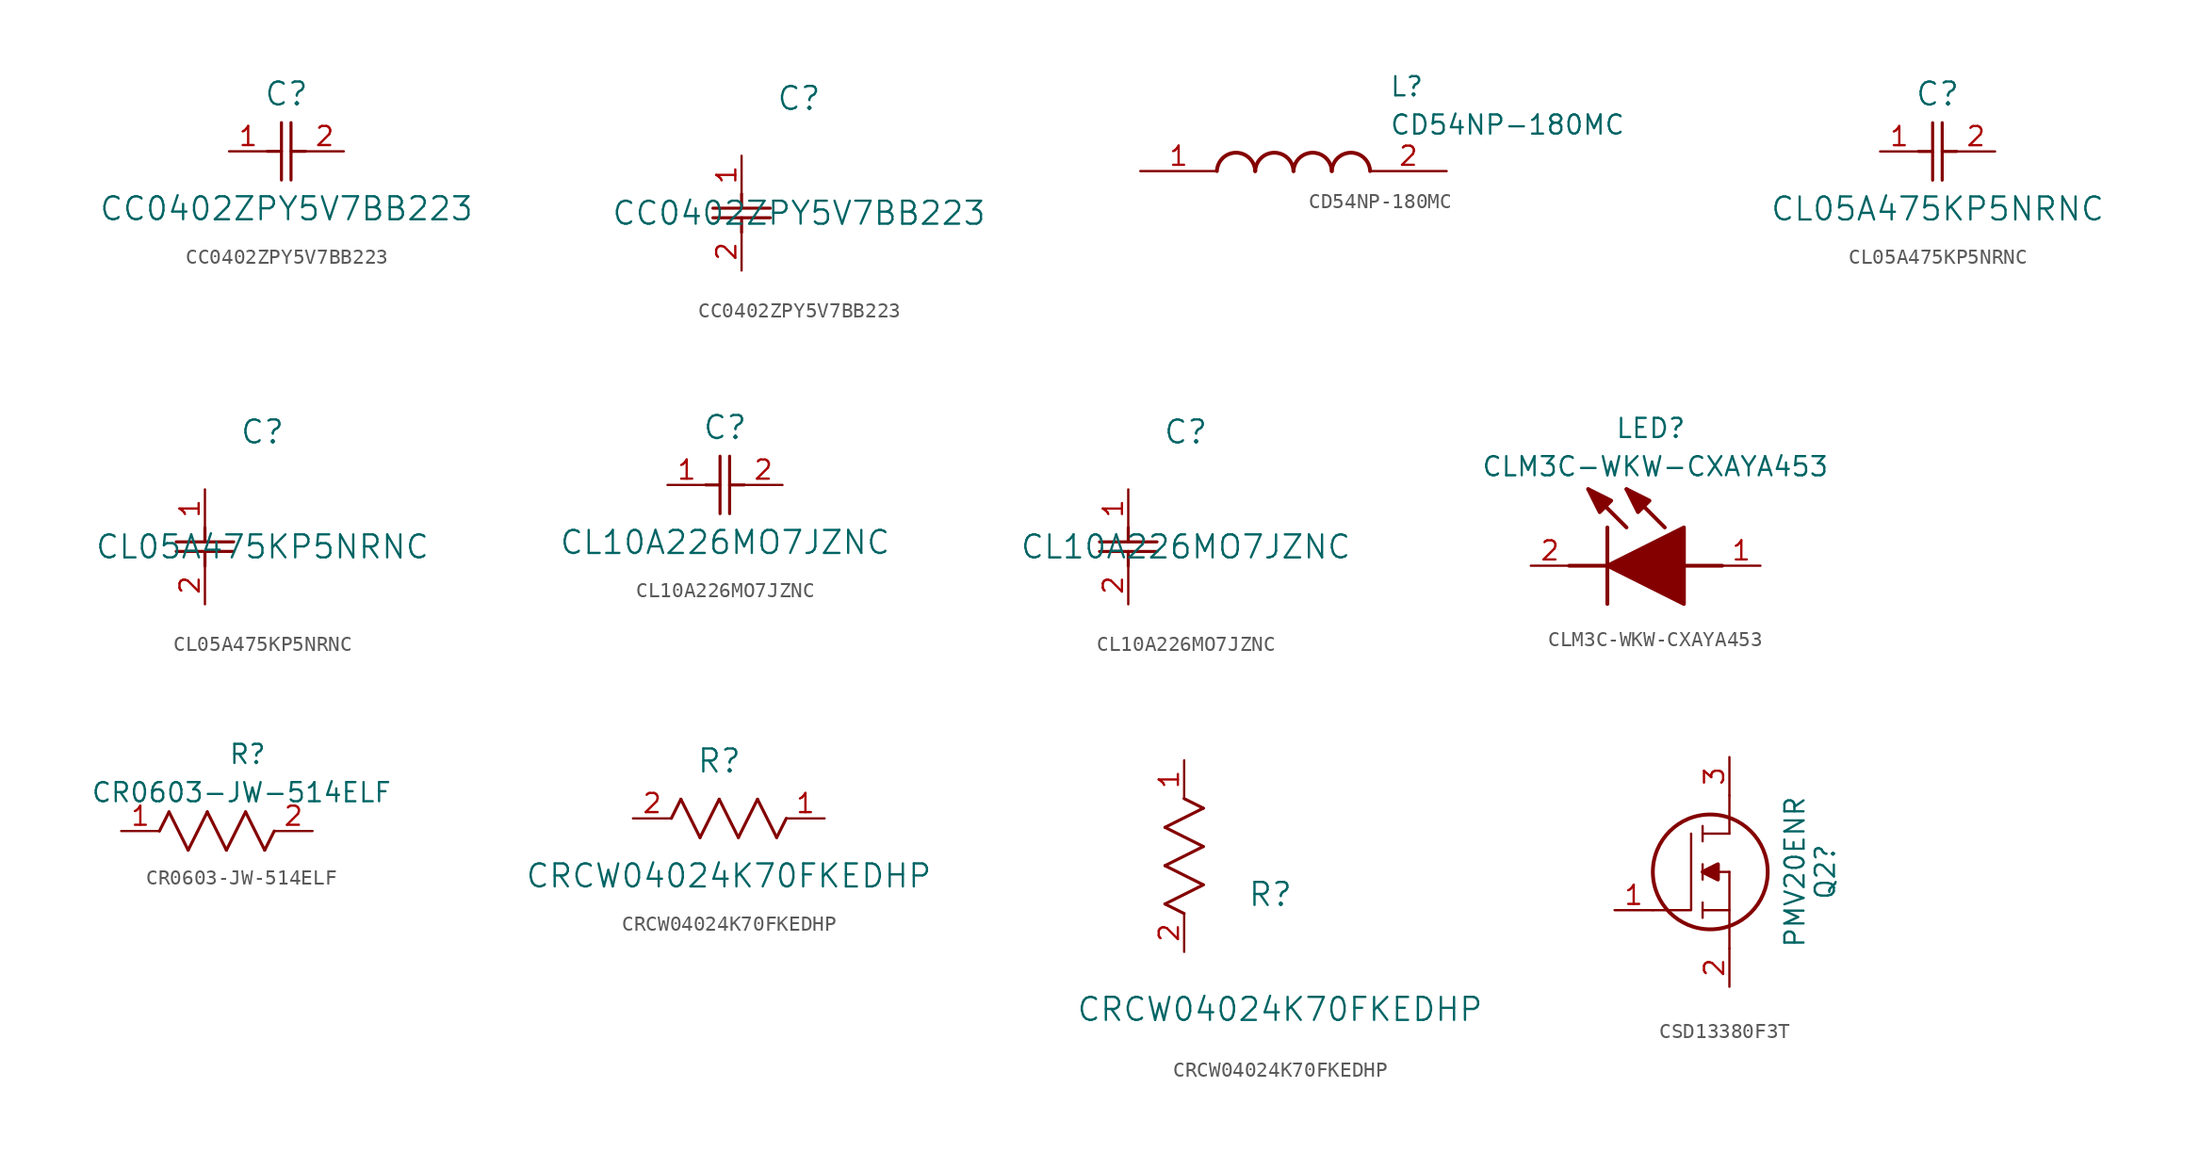
<source format=kicad_sym>
(kicad_symbol_lib
  (version 20231120)
  (generator "kicad_symbol_editor")
  (generator_version "8.0")
  (symbol "CC0402ZPY5V7BB223"
    (pin_names
      (offset 0.254))
    (property "Reference" "C"
      (at 3.81 3.81 0)
      (effects (font (size 1.524 1.524))))
    (property "Value" "CC0402ZPY5V7BB223"
      (at 3.81 -3.81 0)
      (effects (font (size 1.524 1.524))))
    (property "ki_locked" ""
      (at 0 0 0)
      (effects (font (size 1.27 1.27))))
    (symbol "CC0402ZPY5V7BB223_1_1"
      (polyline (pts (xy 2.54 0) (xy 3.48 0)) (stroke (width 0.203) (type default)) (fill (type none)))
      (polyline (pts (xy 3.48 -1.905) (xy 3.48 1.905)) (stroke (width 0.203) (type default)) (fill (type none)))
      (polyline (pts (xy 4.115 -1.905) (xy 4.115 1.905)) (stroke (width 0.203) (type default)) (fill (type none)))
      (polyline (pts (xy 4.115 0) (xy 5.08 0)) (stroke (width 0.203) (type default)) (fill (type none)))
      (pin unspecified line (at 0 0 0) (length 2.54) (name "" (effects (font (size 1.27 1.27)))) (number "1" (effects (font (size 1.27 1.27)))))
      (pin unspecified line (at 7.62 0 180) (length 2.54) (name "" (effects (font (size 1.27 1.27)))) (number "2" (effects (font (size 1.27 1.27))))))
    (symbol "CC0402ZPY5V7BB223_1_2"
      (polyline (pts (xy -1.905 -4.115) (xy 1.905 -4.115)) (stroke (width 0.203) (type default)) (fill (type none)))
      (polyline (pts (xy -1.905 -3.48) (xy 1.905 -3.48)) (stroke (width 0.203) (type default)) (fill (type none)))
      (polyline (pts (xy 0 -4.115) (xy 0 -5.08)) (stroke (width 0.203) (type default)) (fill (type none)))
      (polyline (pts (xy 0 -2.54) (xy 0 -3.48)) (stroke (width 0.203) (type default)) (fill (type none)))
      (pin unspecified line (at 0 0 270) (length 2.54) (name "" (effects (font (size 1.27 1.27)))) (number "1" (effects (font (size 1.27 1.27)))))
      (pin unspecified line (at 0 -7.62 90) (length 2.54) (name "" (effects (font (size 1.27 1.27)))) (number "2" (effects (font (size 1.27 1.27)))))))
  (symbol "CD54NP-180MC"
    (pin_names hide)
    (property "Reference" "L"
      (at 16.51 6.35 0)
      (effects (font (size 1.27 1.27)) (justify left top)))
    (property "Value" "CD54NP-180MC"
      (at 16.51 3.81 0)
      (effects (font (size 1.27 1.27)) (justify left top)))
    (symbol "CD54NP-180MC_1_1"
      (arc (start 7.62 0) (mid 6.35 1.219) (end 5.08 0) (stroke (width 0.254) (type default)) (fill (type none)))
      (arc (start 10.16 0) (mid 8.89 1.219) (end 7.62 0) (stroke (width 0.254) (type default)) (fill (type none)))
      (arc (start 12.7 0) (mid 11.43 1.219) (end 10.16 0) (stroke (width 0.254) (type default)) (fill (type none)))
      (arc (start 15.24 0) (mid 13.97 1.219) (end 12.7 0) (stroke (width 0.254) (type default)) (fill (type none)))
      (pin passive line (at 0 0 0) (length 5.08) (name "1" (effects (font (size 1.27 1.27)))) (number "1" (effects (font (size 1.27 1.27)))))
      (pin passive line (at 20.32 0 180) (length 5.08) (name "2" (effects (font (size 1.27 1.27)))) (number "2" (effects (font (size 1.27 1.27)))))))
  (symbol "CL05A475KP5NRNC"
    (pin_names
      (offset 0.254))
    (property "Reference" "C"
      (at 3.81 3.81 0)
      (effects (font (size 1.524 1.524))))
    (property "Value" "CL05A475KP5NRNC"
      (at 3.81 -3.81 0)
      (effects (font (size 1.524 1.524))))
    (property "ki_locked" ""
      (at 0 0 0)
      (effects (font (size 1.27 1.27))))
    (symbol "CL05A475KP5NRNC_1_1"
      (polyline (pts (xy 2.54 0) (xy 3.48 0)) (stroke (width 0.203) (type default)) (fill (type none)))
      (polyline (pts (xy 3.48 -1.905) (xy 3.48 1.905)) (stroke (width 0.203) (type default)) (fill (type none)))
      (polyline (pts (xy 4.115 -1.905) (xy 4.115 1.905)) (stroke (width 0.203) (type default)) (fill (type none)))
      (polyline (pts (xy 4.115 0) (xy 5.08 0)) (stroke (width 0.203) (type default)) (fill (type none)))
      (pin unspecified line (at 0 0 0) (length 2.54) (name "" (effects (font (size 1.27 1.27)))) (number "1" (effects (font (size 1.27 1.27)))))
      (pin unspecified line (at 7.62 0 180) (length 2.54) (name "" (effects (font (size 1.27 1.27)))) (number "2" (effects (font (size 1.27 1.27))))))
    (symbol "CL05A475KP5NRNC_1_2"
      (polyline (pts (xy -1.905 -4.115) (xy 1.905 -4.115)) (stroke (width 0.203) (type default)) (fill (type none)))
      (polyline (pts (xy -1.905 -3.48) (xy 1.905 -3.48)) (stroke (width 0.203) (type default)) (fill (type none)))
      (polyline (pts (xy 0 -4.115) (xy 0 -5.08)) (stroke (width 0.203) (type default)) (fill (type none)))
      (polyline (pts (xy 0 -2.54) (xy 0 -3.48)) (stroke (width 0.203) (type default)) (fill (type none)))
      (pin unspecified line (at 0 0 270) (length 2.54) (name "" (effects (font (size 1.27 1.27)))) (number "1" (effects (font (size 1.27 1.27)))))
      (pin unspecified line (at 0 -7.62 90) (length 2.54) (name "" (effects (font (size 1.27 1.27)))) (number "2" (effects (font (size 1.27 1.27)))))))
  (symbol "CL10A226MO7JZNC"
    (pin_names
      (offset 0.254))
    (property "Reference" "C"
      (at 3.81 3.81 0)
      (effects (font (size 1.524 1.524))))
    (property "Value" "CL10A226MO7JZNC"
      (at 3.81 -3.81 0)
      (effects (font (size 1.524 1.524))))
    (property "ki_locked" ""
      (at 0 0 0)
      (effects (font (size 1.27 1.27))))
    (symbol "CL10A226MO7JZNC_1_1"
      (polyline (pts (xy 2.54 0) (xy 3.48 0)) (stroke (width 0.203) (type default)) (fill (type none)))
      (polyline (pts (xy 3.48 -1.905) (xy 3.48 1.905)) (stroke (width 0.203) (type default)) (fill (type none)))
      (polyline (pts (xy 4.115 -1.905) (xy 4.115 1.905)) (stroke (width 0.203) (type default)) (fill (type none)))
      (polyline (pts (xy 4.115 0) (xy 5.08 0)) (stroke (width 0.203) (type default)) (fill (type none)))
      (pin unspecified line (at 0 0 0) (length 2.54) (name "" (effects (font (size 1.27 1.27)))) (number "1" (effects (font (size 1.27 1.27)))))
      (pin unspecified line (at 7.62 0 180) (length 2.54) (name "" (effects (font (size 1.27 1.27)))) (number "2" (effects (font (size 1.27 1.27))))))
    (symbol "CL10A226MO7JZNC_1_2"
      (polyline (pts (xy -1.905 -4.115) (xy 1.905 -4.115)) (stroke (width 0.203) (type default)) (fill (type none)))
      (polyline (pts (xy -1.905 -3.48) (xy 1.905 -3.48)) (stroke (width 0.203) (type default)) (fill (type none)))
      (polyline (pts (xy 0 -4.115) (xy 0 -5.08)) (stroke (width 0.203) (type default)) (fill (type none)))
      (polyline (pts (xy 0 -2.54) (xy 0 -3.48)) (stroke (width 0.203) (type default)) (fill (type none)))
      (pin unspecified line (at 0 0 270) (length 2.54) (name "" (effects (font (size 1.27 1.27)))) (number "1" (effects (font (size 1.27 1.27)))))
      (pin unspecified line (at 0 -7.62 90) (length 2.54) (name "" (effects (font (size 1.27 1.27)))) (number "2" (effects (font (size 1.27 1.27)))))))
  (symbol "CLM3C-WKW-CXAYA453"
    (pin_names hide)
    (property "Reference" "LED"
      (at 5.588 8.382 0)
      (effects (font (size 1.27 1.27)) (justify left bottom)))
    (property "Value" "CLM3C-WKW-CXAYA453"
      (at -3.302 5.842 0)
      (effects (font (size 1.27 1.27)) (justify left bottom)))
    (symbol "CLM3C-WKW-CXAYA453_1_1"
      (polyline (pts (xy 2.54 0) (xy 5.08 0)) (stroke (width 0.254) (type default)) (fill (type none)))
      (polyline (pts (xy 5.08 2.54) (xy 5.08 -2.54)) (stroke (width 0.254) (type default)) (fill (type none)))
      (polyline (pts (xy 6.35 2.54) (xy 3.81 5.08)) (stroke (width 0.254) (type default)) (fill (type none)))
      (polyline (pts (xy 8.89 2.54) (xy 6.35 5.08)) (stroke (width 0.254) (type default)) (fill (type none)))
      (polyline (pts (xy 10.16 0) (xy 12.7 0)) (stroke (width 0.254) (type default)) (fill (type none)))
      (polyline (pts (xy 5.08 0) (xy 10.16 2.54) (xy 10.16 -2.54) (xy 5.08 0)) (stroke (width 0.254) (type default)) (fill (type outline)))
      (polyline (pts (xy 5.334 4.318) (xy 4.572 3.556) (xy 3.81 5.08) (xy 5.334 4.318)) (stroke (width 0.254) (type default)) (fill (type outline)))
      (polyline (pts (xy 7.874 4.318) (xy 7.112 3.556) (xy 6.35 5.08) (xy 7.874 4.318)) (stroke (width 0.254) (type default)) (fill (type outline)))
      (pin passive line (at 15.24 0 180) (length 2.54) (name "A" (effects (font (size 1.27 1.27)))) (number "1" (effects (font (size 1.27 1.27)))))
      (pin passive line (at 0 0 0) (length 2.54) (name "K" (effects (font (size 1.27 1.27)))) (number "2" (effects (font (size 1.27 1.27)))))))
  (symbol "CR0603-JW-514ELF"
    (pin_names hide)
    (property "Reference" "R"
      (at 7.112 5.842 0)
      (effects (font (size 1.27 1.27)) (justify left top)))
    (property "Value" "CR0603-JW-514ELF"
      (at -2.032 3.302 0)
      (effects (font (size 1.27 1.27)) (justify left top)))
    (symbol "CR0603-JW-514ELF_1_1"
      (polyline (pts (xy 2.54 0) (xy 3.175 1.27)) (stroke (width 0.203) (type default)) (fill (type none)))
      (polyline (pts (xy 3.175 1.27) (xy 4.445 -1.27)) (stroke (width 0.203) (type default)) (fill (type none)))
      (polyline (pts (xy 4.445 -1.27) (xy 5.715 1.27)) (stroke (width 0.203) (type default)) (fill (type none)))
      (polyline (pts (xy 5.715 1.27) (xy 6.985 -1.27)) (stroke (width 0.203) (type default)) (fill (type none)))
      (polyline (pts (xy 6.985 -1.27) (xy 8.255 1.27)) (stroke (width 0.203) (type default)) (fill (type none)))
      (polyline (pts (xy 8.255 1.27) (xy 9.525 -1.27)) (stroke (width 0.203) (type default)) (fill (type none)))
      (polyline (pts (xy 9.525 -1.27) (xy 10.16 0)) (stroke (width 0.203) (type default)) (fill (type none)))
      (pin unspecified line (at 0 0 0) (length 2.54) (name "" (effects (font (size 1.27 1.27)))) (number "1" (effects (font (size 1.27 1.27)))))
      (pin unspecified line (at 12.7 0 180) (length 2.54) (name "" (effects (font (size 1.27 1.27)))) (number "2" (effects (font (size 1.27 1.27)))))))
  (symbol "CRCW04024K70FKEDHP"
    (pin_names
      (offset 0.254))
    (property "Reference" "R"
      (at 5.715 3.81 0)
      (effects (font (size 1.524 1.524))))
    (property "Value" "CRCW04024K70FKEDHP"
      (at 6.35 -3.81 0)
      (effects (font (size 1.524 1.524))))
    (property "ki_locked" ""
      (at 0 0 0)
      (effects (font (size 1.27 1.27))))
    (symbol "CRCW04024K70FKEDHP_1_1"
      (polyline (pts (xy 2.54 0) (xy 3.175 1.27)) (stroke (width 0.203) (type default)) (fill (type none)))
      (polyline (pts (xy 3.175 1.27) (xy 4.445 -1.27)) (stroke (width 0.203) (type default)) (fill (type none)))
      (polyline (pts (xy 4.445 -1.27) (xy 5.715 1.27)) (stroke (width 0.203) (type default)) (fill (type none)))
      (polyline (pts (xy 5.715 1.27) (xy 6.985 -1.27)) (stroke (width 0.203) (type default)) (fill (type none)))
      (polyline (pts (xy 6.985 -1.27) (xy 8.255 1.27)) (stroke (width 0.203) (type default)) (fill (type none)))
      (polyline (pts (xy 8.255 1.27) (xy 9.525 -1.27)) (stroke (width 0.203) (type default)) (fill (type none)))
      (polyline (pts (xy 9.525 -1.27) (xy 10.16 0)) (stroke (width 0.203) (type default)) (fill (type none)))
      (pin unspecified line (at 12.7 0 180) (length 2.54) (name "" (effects (font (size 1.27 1.27)))) (number "1" (effects (font (size 1.27 1.27)))))
      (pin unspecified line (at 0 0 0) (length 2.54) (name "" (effects (font (size 1.27 1.27)))) (number "2" (effects (font (size 1.27 1.27))))))
    (symbol "CRCW04024K70FKEDHP_1_2"
      (polyline (pts (xy -1.27 3.175) (xy 1.27 4.445)) (stroke (width 0.203) (type default)) (fill (type none)))
      (polyline (pts (xy -1.27 5.715) (xy 1.27 6.985)) (stroke (width 0.203) (type default)) (fill (type none)))
      (polyline (pts (xy -1.27 8.255) (xy 1.27 9.525)) (stroke (width 0.203) (type default)) (fill (type none)))
      (polyline (pts (xy 0 2.54) (xy -1.27 3.175)) (stroke (width 0.203) (type default)) (fill (type none)))
      (polyline (pts (xy 1.27 4.445) (xy -1.27 5.715)) (stroke (width 0.203) (type default)) (fill (type none)))
      (polyline (pts (xy 1.27 6.985) (xy -1.27 8.255)) (stroke (width 0.203) (type default)) (fill (type none)))
      (polyline (pts (xy 1.27 9.525) (xy 0 10.16)) (stroke (width 0.203) (type default)) (fill (type none)))
      (pin unspecified line (at 0 12.7 270) (length 2.54) (name "" (effects (font (size 1.27 1.27)))) (number "1" (effects (font (size 1.27 1.27)))))
      (pin unspecified line (at 0 0 90) (length 2.54) (name "" (effects (font (size 1.27 1.27)))) (number "2" (effects (font (size 1.27 1.27)))))))
  (symbol "CSD13380F3T"
    (pin_names
      (offset 0.762))
    (property "Reference" "Q2"
      (at 13.97 2.54 90)
      (effects (font (size 1.27 1.27))))
    (property "Value" "PMV20ENR"
      (at 12.7 2.54 90)
      (effects (font (size 1.27 1.27)) (justify bottom)))
    (symbol "CSD13380F3T_0_0"
      (pin passive line (at 0 0 0) (length 2.54) (name "~" (effects (font (size 1.27 1.27)))) (number "1" (effects (font (size 1.27 1.27)))))
      (pin passive line (at 7.62 -5.08 90) (length 2.54) (name "~" (effects (font (size 1.27 1.27)))) (number "2" (effects (font (size 1.27 1.27)))))
      (pin passive line (at 7.62 10.16 270) (length 2.54) (name "~" (effects (font (size 1.27 1.27)))) (number "3" (effects (font (size 1.27 1.27))))))
    (symbol "CSD13380F3T_0_1"
      (polyline (pts (xy 5.842 -0.508) (xy 5.842 0.508)) (stroke (width 0.152) (type default)) (fill (type none)))
      (polyline (pts (xy 5.842 0) (xy 7.62 0)) (stroke (width 0.152) (type default)) (fill (type none)))
      (polyline (pts (xy 5.842 2.032) (xy 5.842 3.048)) (stroke (width 0.152) (type default)) (fill (type none)))
      (polyline (pts (xy 5.842 5.588) (xy 5.842 4.572)) (stroke (width 0.152) (type default)) (fill (type none)))
      (polyline (pts (xy 7.62 2.54) (xy 5.842 2.54)) (stroke (width 0.152) (type default)) (fill (type none)))
      (polyline (pts (xy 7.62 2.54) (xy 7.62 -2.54)) (stroke (width 0.152) (type default)) (fill (type none)))
      (polyline (pts (xy 7.62 5.08) (xy 5.842 5.08)) (stroke (width 0.152) (type default)) (fill (type none)))
      (polyline (pts (xy 7.62 5.08) (xy 7.62 7.62)) (stroke (width 0.152) (type default)) (fill (type none)))
      (polyline (pts (xy 2.54 0) (xy 5.08 0) (xy 5.08 5.08)) (stroke (width 0.152) (type default)) (fill (type none)))
      (polyline (pts (xy 5.842 2.54) (xy 6.858 3.048) (xy 6.858 2.032) (xy 5.842 2.54)) (stroke (width 0.254) (type default)) (fill (type outline)))
      (circle (center 6.35 2.54) (radius 3.81) (stroke (width 0.254) (type default)) (fill (type none))))))
</source>
